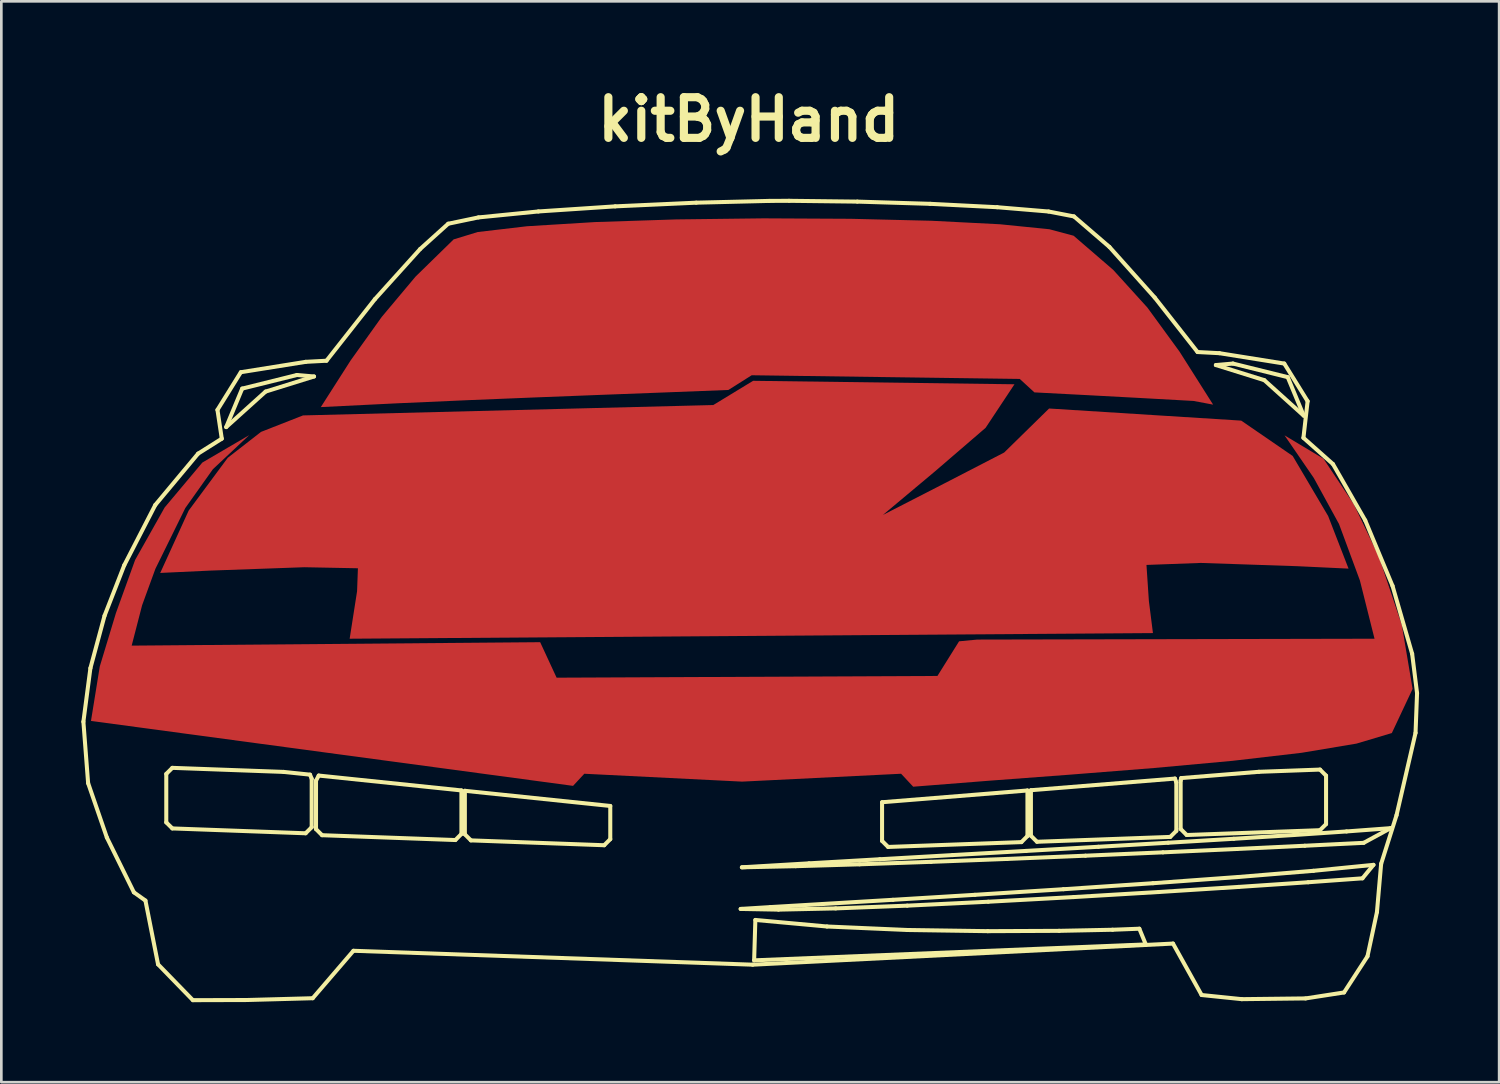
<source format=kicad_pcb>
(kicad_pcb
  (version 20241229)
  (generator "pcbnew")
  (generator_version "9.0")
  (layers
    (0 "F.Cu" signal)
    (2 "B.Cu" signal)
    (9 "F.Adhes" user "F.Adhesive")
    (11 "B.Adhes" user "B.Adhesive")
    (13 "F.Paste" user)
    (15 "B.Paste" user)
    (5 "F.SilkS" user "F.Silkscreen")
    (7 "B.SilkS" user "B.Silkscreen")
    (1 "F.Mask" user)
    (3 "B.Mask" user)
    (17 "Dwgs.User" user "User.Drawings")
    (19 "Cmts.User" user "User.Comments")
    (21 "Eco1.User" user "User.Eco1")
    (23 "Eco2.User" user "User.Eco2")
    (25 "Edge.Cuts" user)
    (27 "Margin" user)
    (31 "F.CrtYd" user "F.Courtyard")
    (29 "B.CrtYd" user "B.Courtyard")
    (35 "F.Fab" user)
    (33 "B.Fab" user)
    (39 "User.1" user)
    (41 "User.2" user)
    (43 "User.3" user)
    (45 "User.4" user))
  (footprint "kitByHand"
    (layer "F.Cu")
    (at 25.009 19.477)
    (property "Reference" "kitByHand" (at 0 -18.05 0) (layer "F.SilkS") (effects (font (size 1.524 1.524) (thickness 0.305))))
    (attr smd)
    (fp_poly (pts (xy -22.055 -1.057) (xy -20.179 -1.145) (xy -16.656 -1.271) (xy -14.647 -1.232) (xy -14.678 -0.373) (xy -14.956 1.408) (xy 15.146 1.197) (xy 14.993 -0.008) (xy 14.903 -1.357) (xy 16.938 -1.432) (xy 20.549 -1.31) (xy 22.476 -1.219) (xy 21.711 -3.19) (xy 20.382 -5.441) (xy 18.454 -6.765) (xy 11.254 -7.219) (xy 9.57 -5.569) (xy 7.301 -4.397) (xy 5.027 -3.23) (xy 6.977 -4.862) (xy 8.875 -6.495) (xy 9.957 -8.127) (xy 0.162 -8.257) (xy -1.33 -7.349) (xy -16.704 -6.96) (xy -18.279 -6.342) (xy -19.525 -5.371) (xy -20.988 -3.395) (xy -22.055 -1.057)) (stroke (width 0) (type solid)) (fill yes) (layer "F.Cu"))
    (fp_poly (pts (xy -16.037 -7.272) (xy -13.164 -7.414) (xy -10.51 -7.532) (xy -8.009 -7.634) (xy -5.595 -7.728) (xy -3.201 -7.819) (xy -0.763 -7.914) (xy 0.109 -8.465) (xy 5.108 -8.396) (xy 10.154 -8.327) (xy 10.704 -7.823) (xy 12.753 -7.716) (xy 14.741 -7.609) (xy 16.667 -7.502) (xy 17.401 -7.364) (xy 16.142 -9.351) (xy 14.938 -11.001) (xy 13.657 -12.414) (xy 12.172 -13.694) (xy 11.267 -13.936) (xy 9.415 -14.123) (xy 6.855 -14.254) (xy 3.821 -14.328) (xy 0.551 -14.345) (xy -2.718 -14.305) (xy -5.75 -14.206) (xy -8.309 -14.049) (xy -10.158 -13.832) (xy -11.06 -13.556) (xy -12.486 -12.163) (xy -13.755 -10.65) (xy -14.921 -9.018) (xy -16.037 -7.272)) (stroke (width 0) (type solid)) (fill yes) (layer "F.Cu"))
    (fp_poly (pts (xy -18.718 -6.223) (xy -20.476 -5.194) (xy -21.889 -3.51) (xy -22.996 -1.543) (xy -23.714 0.444) (xy -24.32 2.447) (xy -24.65 4.489) (xy -6.584 6.922) (xy -6.163 6.468) (xy -0.25 6.763) (xy 5.708 6.468) (xy 6.162 6.954) (xy 9.01 6.729) (xy 12.08 6.499) (xy 15.183 6.253) (xy 18.126 5.984) (xy 20.721 5.682) (xy 22.775 5.338) (xy 24.098 4.943) (xy 24.876 3.289) (xy 24.472 0.894) (xy 23.611 -1.673) (xy 22.671 -3.635) (xy 21.536 -5.338) (xy 20.076 -6.214) (xy 21.174 -4.615) (xy 22.119 -2.889) (xy 22.902 -0.772) (xy 23.449 1.408) (xy 8.562 1.44) (xy 7.881 1.505) (xy 7.07 2.803) (xy -7.201 2.868) (xy -7.817 1.538) (xy -23.125 1.667) (xy -22.734 0.155) (xy -22.236 -1.211) (xy -21.115 -3.489) (xy -20.082 -4.943) (xy -18.718 -6.223)) (stroke (width 0) (type solid)) (fill yes) (layer "F.Cu"))
    (fp_poly (pts (xy -7.816 1.536) (xy -5.236 1.515) (xy -2.616 1.509) (xy 0.025 1.513) (xy 2.667 1.522) (xy 5.287 1.528) (xy 7.867 1.526) (xy 7.073 2.799) (xy -7.198 2.878) (xy -7.816 1.536)) (stroke (width 0) (type solid)) (fill yes) (layer "F.Mask"))
    (fp_poly (pts (xy -16.037 -7.272) (xy -13.164 -7.414) (xy -10.51 -7.532) (xy -8.009 -7.634) (xy -5.595 -7.728) (xy -3.201 -7.819) (xy -0.763 -7.914) (xy 0.109 -8.465) (xy 5.108 -8.396) (xy 10.154 -8.327) (xy 10.704 -7.823) (xy 12.753 -7.716) (xy 14.741 -7.609) (xy 16.667 -7.502) (xy 17.401 -7.364) (xy 16.142 -9.351) (xy 14.938 -11.001) (xy 13.657 -12.414) (xy 12.172 -13.694) (xy 11.267 -13.936) (xy 9.415 -14.123) (xy 6.855 -14.254) (xy 3.821 -14.328) (xy 0.551 -14.345) (xy -2.718 -14.305) (xy -5.75 -14.206) (xy -8.309 -14.049) (xy -10.158 -13.832) (xy -11.06 -13.556) (xy -12.486 -12.163) (xy -13.755 -10.65) (xy -14.921 -9.018) (xy -16.037 -7.272)) (stroke (width 0) (type solid)) (fill yes) (layer "F.Mask"))
    (fp_line (start -24.934 4.518) (end -24.757 6.82) (stroke (width 0.151) (type solid)) (layer "F.SilkS"))
    (fp_line (start -24.757 6.82) (end -24.055 8.857) (stroke (width 0.151) (type solid)) (layer "F.SilkS"))
    (fp_line (start -24.671 2.51) (end -24.934 4.518) (stroke (width 0.151) (type solid)) (layer "F.SilkS"))
    (fp_line (start -24.141 0.545) (end -24.671 2.51) (stroke (width 0.151) (type solid)) (layer "F.SilkS"))
    (fp_line (start -24.055 8.857) (end -23.042 10.911) (stroke (width 0.151) (type solid)) (layer "F.SilkS"))
    (fp_line (start -23.402 -1.348) (end -24.141 0.545) (stroke (width 0.151) (type solid)) (layer "F.SilkS"))
    (fp_line (start -23.042 10.911) (end -22.609 11.221) (stroke (width 0.151) (type solid)) (layer "F.SilkS"))
    (fp_line (start -22.609 11.221) (end -22.136 13.611) (stroke (width 0.151) (type solid)) (layer "F.SilkS"))
    (fp_line (start -22.24 -3.604) (end -23.402 -1.348) (stroke (width 0.151) (type solid)) (layer "F.SilkS"))
    (fp_line (start -22.136 13.611) (end -20.831 14.953) (stroke (width 0.151) (type solid)) (layer "F.SilkS"))
    (fp_line (start -21.828 6.474) (end -21.601 6.247) (stroke (width 0.151) (type solid)) (layer "F.SilkS"))
    (fp_line (start -21.828 8.291) (end -21.828 6.474) (stroke (width 0.151) (type solid)) (layer "F.SilkS"))
    (fp_line (start -21.601 6.247) (end -17.43 6.399) (stroke (width 0.151) (type solid)) (layer "F.SilkS"))
    (fp_line (start -21.601 8.517) (end -21.828 8.291) (stroke (width 0.151) (type solid)) (layer "F.SilkS"))
    (fp_line (start -20.831 14.953) (end -18.813 14.947) (stroke (width 0.151) (type solid)) (layer "F.SilkS"))
    (fp_line (start -20.635 -5.528) (end -22.24 -3.604) (stroke (width 0.151) (type solid)) (layer "F.SilkS"))
    (fp_line (start -19.91 -7.168) (end -19.748 -6.088) (stroke (width 0.151) (type solid)) (layer "F.SilkS"))
    (fp_line (start -19.748 -6.088) (end -20.635 -5.528) (stroke (width 0.151) (type solid)) (layer "F.SilkS"))
    (fp_line (start -19.583 -6.522) (end -18.983 -7.965) (stroke (width 0.151) (type solid)) (layer "F.SilkS"))
    (fp_line (start -19.034 -8.579) (end -19.91 -7.168) (stroke (width 0.151) (type solid)) (layer "F.SilkS"))
    (fp_line (start -18.983 -7.965) (end -16.931 -8.475) (stroke (width 0.151) (type solid)) (layer "F.SilkS"))
    (fp_line (start -18.813 14.947) (end -16.341 14.88) (stroke (width 0.151) (type solid)) (layer "F.SilkS"))
    (fp_line (start -18.106 -7.853) (end -19.583 -6.522) (stroke (width 0.151) (type solid)) (layer "F.SilkS"))
    (fp_line (start -17.43 6.399) (end -16.441 6.502) (stroke (width 0.151) (type solid)) (layer "F.SilkS"))
    (fp_line (start -16.931 -8.475) (end -16.291 -8.419) (stroke (width 0.151) (type solid)) (layer "F.SilkS"))
    (fp_line (start -16.606 8.699) (end -21.601 8.517) (stroke (width 0.151) (type solid)) (layer "F.SilkS"))
    (fp_line (start -16.601 -8.968) (end -19.034 -8.579) (stroke (width 0.151) (type solid)) (layer "F.SilkS"))
    (fp_line (start -16.441 6.502) (end -16.379 6.656) (stroke (width 0.151) (type solid)) (layer "F.SilkS"))
    (fp_line (start -16.379 6.656) (end -16.379 8.472) (stroke (width 0.151) (type solid)) (layer "F.SilkS"))
    (fp_line (start -16.379 8.472) (end -16.606 8.699) (stroke (width 0.151) (type solid)) (layer "F.SilkS"))
    (fp_line (start -16.341 14.88) (end -14.814 13.102) (stroke (width 0.151) (type solid)) (layer "F.SilkS"))
    (fp_line (start -16.291 -8.419) (end -18.106 -7.853) (stroke (width 0.151) (type solid)) (layer "F.SilkS"))
    (fp_line (start -16.217 6.727) (end -16.115 6.536) (stroke (width 0.151) (type solid)) (layer "F.SilkS"))
    (fp_line (start -16.217 8.543) (end -16.217 6.727) (stroke (width 0.151) (type solid)) (layer "F.SilkS"))
    (fp_line (start -16.115 6.536) (end -10.768 7.093) (stroke (width 0.151) (type solid)) (layer "F.SilkS"))
    (fp_line (start -15.99 8.771) (end -16.217 8.543) (stroke (width 0.151) (type solid)) (layer "F.SilkS"))
    (fp_line (start -15.825 -9.009) (end -16.601 -8.968) (stroke (width 0.151) (type solid)) (layer "F.SilkS"))
    (fp_line (start -14.814 13.102) (end 0.147 13.623) (stroke (width 0.151) (type solid)) (layer "F.SilkS"))
    (fp_line (start -14.011 -11.314) (end -15.825 -9.009) (stroke (width 0.151) (type solid)) (layer "F.SilkS"))
    (fp_line (start -12.314 -13.195) (end -14.011 -11.314) (stroke (width 0.151) (type solid)) (layer "F.SilkS"))
    (fp_line (start -11.263 -14.143) (end -12.314 -13.195) (stroke (width 0.151) (type solid)) (layer "F.SilkS"))
    (fp_line (start -10.995 8.952) (end -15.99 8.771) (stroke (width 0.151) (type solid)) (layer "F.SilkS"))
    (fp_line (start -10.768 7.093) (end -10.768 8.725) (stroke (width 0.151) (type solid)) (layer "F.SilkS"))
    (fp_line (start -10.768 8.725) (end -10.995 8.952) (stroke (width 0.151) (type solid)) (layer "F.SilkS"))
    (fp_line (start -10.639 7.107) (end -5.19 7.675) (stroke (width 0.151) (type solid)) (layer "F.SilkS"))
    (fp_line (start -10.639 8.738) (end -10.639 7.107) (stroke (width 0.151) (type solid)) (layer "F.SilkS"))
    (fp_line (start -10.412 8.965) (end -10.639 8.738) (stroke (width 0.151) (type solid)) (layer "F.SilkS"))
    (fp_line (start -10.128 -14.38) (end -11.263 -14.143) (stroke (width 0.151) (type solid)) (layer "F.SilkS"))
    (fp_line (start -7.884 -14.603) (end -10.128 -14.38) (stroke (width 0.151) (type solid)) (layer "F.SilkS"))
    (fp_line (start -5.417 9.147) (end -10.412 8.965) (stroke (width 0.151) (type solid)) (layer "F.SilkS"))
    (fp_line (start -5.19 7.675) (end -5.19 8.919) (stroke (width 0.151) (type solid)) (layer "F.SilkS"))
    (fp_line (start -5.19 8.919) (end -5.417 9.147) (stroke (width 0.151) (type solid)) (layer "F.SilkS"))
    (fp_line (start -5.006 -14.794) (end -7.884 -14.603) (stroke (width 0.151) (type solid)) (layer "F.SilkS"))
    (fp_line (start -1.968 -14.932) (end -5.006 -14.794) (stroke (width 0.151) (type solid)) (layer "F.SilkS"))
    (fp_line (start -0.304 11.534) (end 0.808 11.465) (stroke (width 0.151) (type solid)) (layer "F.SilkS"))
    (fp_line (start -0.258 9.974) (end 2.259 9.825) (stroke (width 0.151) (type solid)) (layer "F.SilkS"))
    (fp_line (start 0.147 13.623) (end 15.898 12.832) (stroke (width 0.151) (type solid)) (layer "F.SilkS"))
    (fp_line (start 0.201 13.46) (end 0.247 11.947) (stroke (width 0.151) (type solid)) (layer "F.SilkS"))
    (fp_line (start 0.247 11.947) (end 2.931 12.192) (stroke (width 0.151) (type solid)) (layer "F.SilkS"))
    (fp_line (start 0.757 -14.998) (end -1.968 -14.932) (stroke (width 0.151) (type solid)) (layer "F.SilkS"))
    (fp_line (start 0.808 11.465) (end 2.779 11.348) (stroke (width 0.151) (type solid)) (layer "F.SilkS"))
    (fp_line (start 1.114 11.56) (end -0.304 11.534) (stroke (width 0.151) (type solid)) (layer "F.SilkS"))
    (fp_line (start 1.507 -15.002) (end 0.757 -14.998) (stroke (width 0.151) (type solid)) (layer "F.SilkS"))
    (fp_line (start 1.753 9.932) (end -0.258 9.974) (stroke (width 0.151) (type solid)) (layer "F.SilkS"))
    (fp_line (start 2.259 9.825) (end 4.912 9.672) (stroke (width 0.151) (type solid)) (layer "F.SilkS"))
    (fp_line (start 2.779 11.348) (end 5.402 11.192) (stroke (width 0.151) (type solid)) (layer "F.SilkS"))
    (fp_line (start 2.931 12.192) (end 5.945 12.323) (stroke (width 0.151) (type solid)) (layer "F.SilkS"))
    (fp_line (start 3.257 11.514) (end 1.114 11.56) (stroke (width 0.151) (type solid)) (layer "F.SilkS"))
    (fp_line (start 4.067 -14.972) (end 1.507 -15.002) (stroke (width 0.151) (type solid)) (layer "F.SilkS"))
    (fp_line (start 4.15 9.862) (end 1.753 9.932) (stroke (width 0.151) (type solid)) (layer "F.SilkS"))
    (fp_line (start 4.912 9.672) (end 7.642 9.516) (stroke (width 0.151) (type solid)) (layer "F.SilkS"))
    (fp_line (start 4.995 7.535) (end 10.443 7.095) (stroke (width 0.151) (type solid)) (layer "F.SilkS"))
    (fp_line (start 4.995 8.985) (end 4.995 7.535) (stroke (width 0.151) (type solid)) (layer "F.SilkS"))
    (fp_line (start 5.221 9.211) (end 4.995 8.985) (stroke (width 0.151) (type solid)) (layer "F.SilkS"))
    (fp_line (start 5.402 11.192) (end 8.474 11.005) (stroke (width 0.151) (type solid)) (layer "F.SilkS"))
    (fp_line (start 5.938 11.411) (end 3.257 11.514) (stroke (width 0.151) (type solid)) (layer "F.SilkS"))
    (fp_line (start 5.945 12.323) (end 8.956 12.367) (stroke (width 0.151) (type solid)) (layer "F.SilkS"))
    (fp_line (start 6.795 -14.889) (end 4.067 -14.972) (stroke (width 0.151) (type solid)) (layer "F.SilkS"))
    (fp_line (start 6.828 9.769) (end 4.15 9.862) (stroke (width 0.151) (type solid)) (layer "F.SilkS"))
    (fp_line (start 7.642 9.516) (end 10.39 9.36) (stroke (width 0.151) (type solid)) (layer "F.SilkS"))
    (fp_line (start 8.474 11.005) (end 11.791 10.795) (stroke (width 0.151) (type solid)) (layer "F.SilkS"))
    (fp_line (start 8.956 12.367) (end 11.631 12.355) (stroke (width 0.151) (type solid)) (layer "F.SilkS"))
    (fp_line (start 8.974 11.264) (end 5.938 11.411) (stroke (width 0.151) (type solid)) (layer "F.SilkS"))
    (fp_line (start 9.31 -14.762) (end 6.795 -14.889) (stroke (width 0.151) (type solid)) (layer "F.SilkS"))
    (fp_line (start 9.684 9.66) (end 6.828 9.769) (stroke (width 0.151) (type solid)) (layer "F.SilkS"))
    (fp_line (start 10.217 9.03) (end 5.221 9.211) (stroke (width 0.151) (type solid)) (layer "F.SilkS"))
    (fp_line (start 10.39 9.36) (end 13.101 9.205) (stroke (width 0.151) (type solid)) (layer "F.SilkS"))
    (fp_line (start 10.443 7.095) (end 10.443 8.803) (stroke (width 0.151) (type solid)) (layer "F.SilkS"))
    (fp_line (start 10.443 8.803) (end 10.217 9.03) (stroke (width 0.151) (type solid)) (layer "F.SilkS"))
    (fp_line (start 10.573 7.085) (end 15.971 6.649) (stroke (width 0.151) (type solid)) (layer "F.SilkS"))
    (fp_line (start 10.573 8.79) (end 10.573 7.085) (stroke (width 0.151) (type solid)) (layer "F.SilkS"))
    (fp_line (start 10.8 9.017) (end 10.573 8.79) (stroke (width 0.151) (type solid)) (layer "F.SilkS"))
    (fp_line (start 11.234 -14.601) (end 9.31 -14.762) (stroke (width 0.151) (type solid)) (layer "F.SilkS"))
    (fp_line (start 11.631 12.355) (end 13.635 12.314) (stroke (width 0.151) (type solid)) (layer "F.SilkS"))
    (fp_line (start 11.791 10.795) (end 15.147 10.57) (stroke (width 0.151) (type solid)) (layer "F.SilkS"))
    (fp_line (start 12.179 11.089) (end 8.974 11.264) (stroke (width 0.151) (type solid)) (layer "F.SilkS"))
    (fp_line (start 12.185 -14.417) (end 11.234 -14.601) (stroke (width 0.151) (type solid)) (layer "F.SilkS"))
    (fp_line (start 12.616 9.539) (end 9.684 9.66) (stroke (width 0.151) (type solid)) (layer "F.SilkS"))
    (fp_line (start 13.101 9.205) (end 15.715 9.053) (stroke (width 0.151) (type solid)) (layer "F.SilkS"))
    (fp_line (start 13.514 -13.274) (end 12.185 -14.417) (stroke (width 0.151) (type solid)) (layer "F.SilkS"))
    (fp_line (start 13.635 12.314) (end 14.636 12.275) (stroke (width 0.151) (type solid)) (layer "F.SilkS"))
    (fp_line (start 14.636 12.275) (end 14.878 12.864) (stroke (width 0.151) (type solid)) (layer "F.SilkS"))
    (fp_line (start 14.878 12.864) (end 0.201 13.46) (stroke (width 0.151) (type solid)) (layer "F.SilkS"))
    (fp_line (start 15.147 10.57) (end 18.339 10.337) (stroke (width 0.151) (type solid)) (layer "F.SilkS"))
    (fp_line (start 15.212 -11.377) (end 13.514 -13.274) (stroke (width 0.151) (type solid)) (layer "F.SilkS"))
    (fp_line (start 15.368 10.899) (end 12.179 11.089) (stroke (width 0.151) (type solid)) (layer "F.SilkS"))
    (fp_line (start 15.521 9.413) (end 12.616 9.539) (stroke (width 0.151) (type solid)) (layer "F.SilkS"))
    (fp_line (start 15.715 9.053) (end 18.175 8.905) (stroke (width 0.151) (type solid)) (layer "F.SilkS"))
    (fp_line (start 15.795 8.835) (end 10.8 9.017) (stroke (width 0.151) (type solid)) (layer "F.SilkS"))
    (fp_line (start 15.898 12.832) (end 16.97 14.76) (stroke (width 0.151) (type solid)) (layer "F.SilkS"))
    (fp_line (start 15.971 6.649) (end 16.022 6.792) (stroke (width 0.151) (type solid)) (layer "F.SilkS"))
    (fp_line (start 16.022 6.792) (end 16.022 8.608) (stroke (width 0.151) (type solid)) (layer "F.SilkS"))
    (fp_line (start 16.022 8.608) (end 15.795 8.835) (stroke (width 0.151) (type solid)) (layer "F.SilkS"))
    (fp_line (start 16.184 6.721) (end 16.203 6.63) (stroke (width 0.151) (type solid)) (layer "F.SilkS"))
    (fp_line (start 16.184 8.537) (end 16.184 6.721) (stroke (width 0.151) (type solid)) (layer "F.SilkS"))
    (fp_line (start 16.203 6.63) (end 19.117 6.395) (stroke (width 0.151) (type solid)) (layer "F.SilkS"))
    (fp_line (start 16.411 8.764) (end 16.184 8.537) (stroke (width 0.151) (type solid)) (layer "F.SilkS"))
    (fp_line (start 16.817 -9.335) (end 15.212 -11.377) (stroke (width 0.151) (type solid)) (layer "F.SilkS"))
    (fp_line (start 16.97 14.76) (end 18.476 14.915) (stroke (width 0.151) (type solid)) (layer "F.SilkS"))
    (fp_line (start 17.504 -8.847) (end 18.144 -8.903) (stroke (width 0.151) (type solid)) (layer "F.SilkS"))
    (fp_line (start 17.635 -9.292) (end 16.817 -9.335) (stroke (width 0.151) (type solid)) (layer "F.SilkS"))
    (fp_line (start 18.144 -8.903) (end 20.196 -8.394) (stroke (width 0.151) (type solid)) (layer "F.SilkS"))
    (fp_line (start 18.175 8.905) (end 20.423 8.764) (stroke (width 0.151) (type solid)) (layer "F.SilkS"))
    (fp_line (start 18.296 9.287) (end 15.521 9.413) (stroke (width 0.151) (type solid)) (layer "F.SilkS"))
    (fp_line (start 18.339 10.337) (end 21.161 10.105) (stroke (width 0.151) (type solid)) (layer "F.SilkS"))
    (fp_line (start 18.358 10.709) (end 15.368 10.899) (stroke (width 0.151) (type solid)) (layer "F.SilkS"))
    (fp_line (start 18.476 14.915) (end 20.867 14.887) (stroke (width 0.151) (type solid)) (layer "F.SilkS"))
    (fp_line (start 19.117 6.395) (end 21.406 6.312) (stroke (width 0.151) (type solid)) (layer "F.SilkS"))
    (fp_line (start 19.319 -8.281) (end 17.504 -8.847) (stroke (width 0.151) (type solid)) (layer "F.SilkS"))
    (fp_line (start 20.067 -8.903) (end 17.635 -9.292) (stroke (width 0.151) (type solid)) (layer "F.SilkS"))
    (fp_line (start 20.196 -8.394) (end 20.796 -6.95) (stroke (width 0.151) (type solid)) (layer "F.SilkS"))
    (fp_line (start 20.423 8.764) (end 22.401 8.63) (stroke (width 0.151) (type solid)) (layer "F.SilkS"))
    (fp_line (start 20.785 -6.12) (end 20.942 -7.492) (stroke (width 0.151) (type solid)) (layer "F.SilkS"))
    (fp_line (start 20.796 -6.95) (end 19.319 -8.281) (stroke (width 0.151) (type solid)) (layer "F.SilkS"))
    (fp_line (start 20.837 9.166) (end 18.296 9.287) (stroke (width 0.151) (type solid)) (layer "F.SilkS"))
    (fp_line (start 20.867 14.887) (end 22.307 14.664) (stroke (width 0.151) (type solid)) (layer "F.SilkS"))
    (fp_line (start 20.942 -7.492) (end 20.067 -8.903) (stroke (width 0.151) (type solid)) (layer "F.SilkS"))
    (fp_line (start 20.963 10.534) (end 18.358 10.709) (stroke (width 0.151) (type solid)) (layer "F.SilkS"))
    (fp_line (start 21.161 10.105) (end 23.41 9.882) (stroke (width 0.151) (type solid)) (layer "F.SilkS"))
    (fp_line (start 21.406 6.312) (end 21.633 6.539) (stroke (width 0.151) (type solid)) (layer "F.SilkS"))
    (fp_line (start 21.406 8.583) (end 16.411 8.764) (stroke (width 0.151) (type solid)) (layer "F.SilkS"))
    (fp_line (start 21.633 6.539) (end 21.633 8.355) (stroke (width 0.151) (type solid)) (layer "F.SilkS"))
    (fp_line (start 21.633 8.355) (end 21.406 8.583) (stroke (width 0.151) (type solid)) (layer "F.SilkS"))
    (fp_line (start 21.893 -5.135) (end 20.785 -6.12) (stroke (width 0.151) (type solid)) (layer "F.SilkS"))
    (fp_line (start 22.307 14.664) (end 23.185 13.311) (stroke (width 0.151) (type solid)) (layer "F.SilkS"))
    (fp_line (start 22.401 8.63) (end 24.052 8.507) (stroke (width 0.151) (type solid)) (layer "F.SilkS"))
    (fp_line (start 22.997 10.387) (end 20.963 10.534) (stroke (width 0.151) (type solid)) (layer "F.SilkS"))
    (fp_line (start 23.043 9.057) (end 20.837 9.166) (stroke (width 0.151) (type solid)) (layer "F.SilkS"))
    (fp_line (start 23.101 -3.026) (end 21.893 -5.135) (stroke (width 0.151) (type solid)) (layer "F.SilkS"))
    (fp_line (start 23.185 13.311) (end 23.54 11.651) (stroke (width 0.151) (type solid)) (layer "F.SilkS"))
    (fp_line (start 23.41 9.882) (end 22.997 10.387) (stroke (width 0.151) (type solid)) (layer "F.SilkS"))
    (fp_line (start 23.54 11.651) (end 23.697 9.843) (stroke (width 0.151) (type solid)) (layer "F.SilkS"))
    (fp_line (start 23.697 9.843) (end 24.274 8.021) (stroke (width 0.151) (type solid)) (layer "F.SilkS"))
    (fp_line (start 24.052 8.507) (end 23.043 9.057) (stroke (width 0.151) (type solid)) (layer "F.SilkS"))
    (fp_line (start 24.124 -0.572) (end 23.101 -3.026) (stroke (width 0.151) (type solid)) (layer "F.SilkS"))
    (fp_line (start 24.274 8.021) (end 24.986 4.937) (stroke (width 0.151) (type solid)) (layer "F.SilkS"))
    (fp_line (start 24.859 1.973) (end 24.124 -0.572) (stroke (width 0.151) (type solid)) (layer "F.SilkS"))
    (fp_line (start 24.986 4.937) (end 25.043 3.448) (stroke (width 0.151) (type solid)) (layer "F.SilkS"))
    (fp_line (start 25.043 3.448) (end 24.859 1.973) (stroke (width 0.151) (type solid)) (layer "F.SilkS")))
  (gr_rect
    (start -3 -3)
    (end 53.128 37.505)
    (stroke (width 0.1) (type default))
    (fill no)
    (layer "Edge.Cuts")))
</source>
